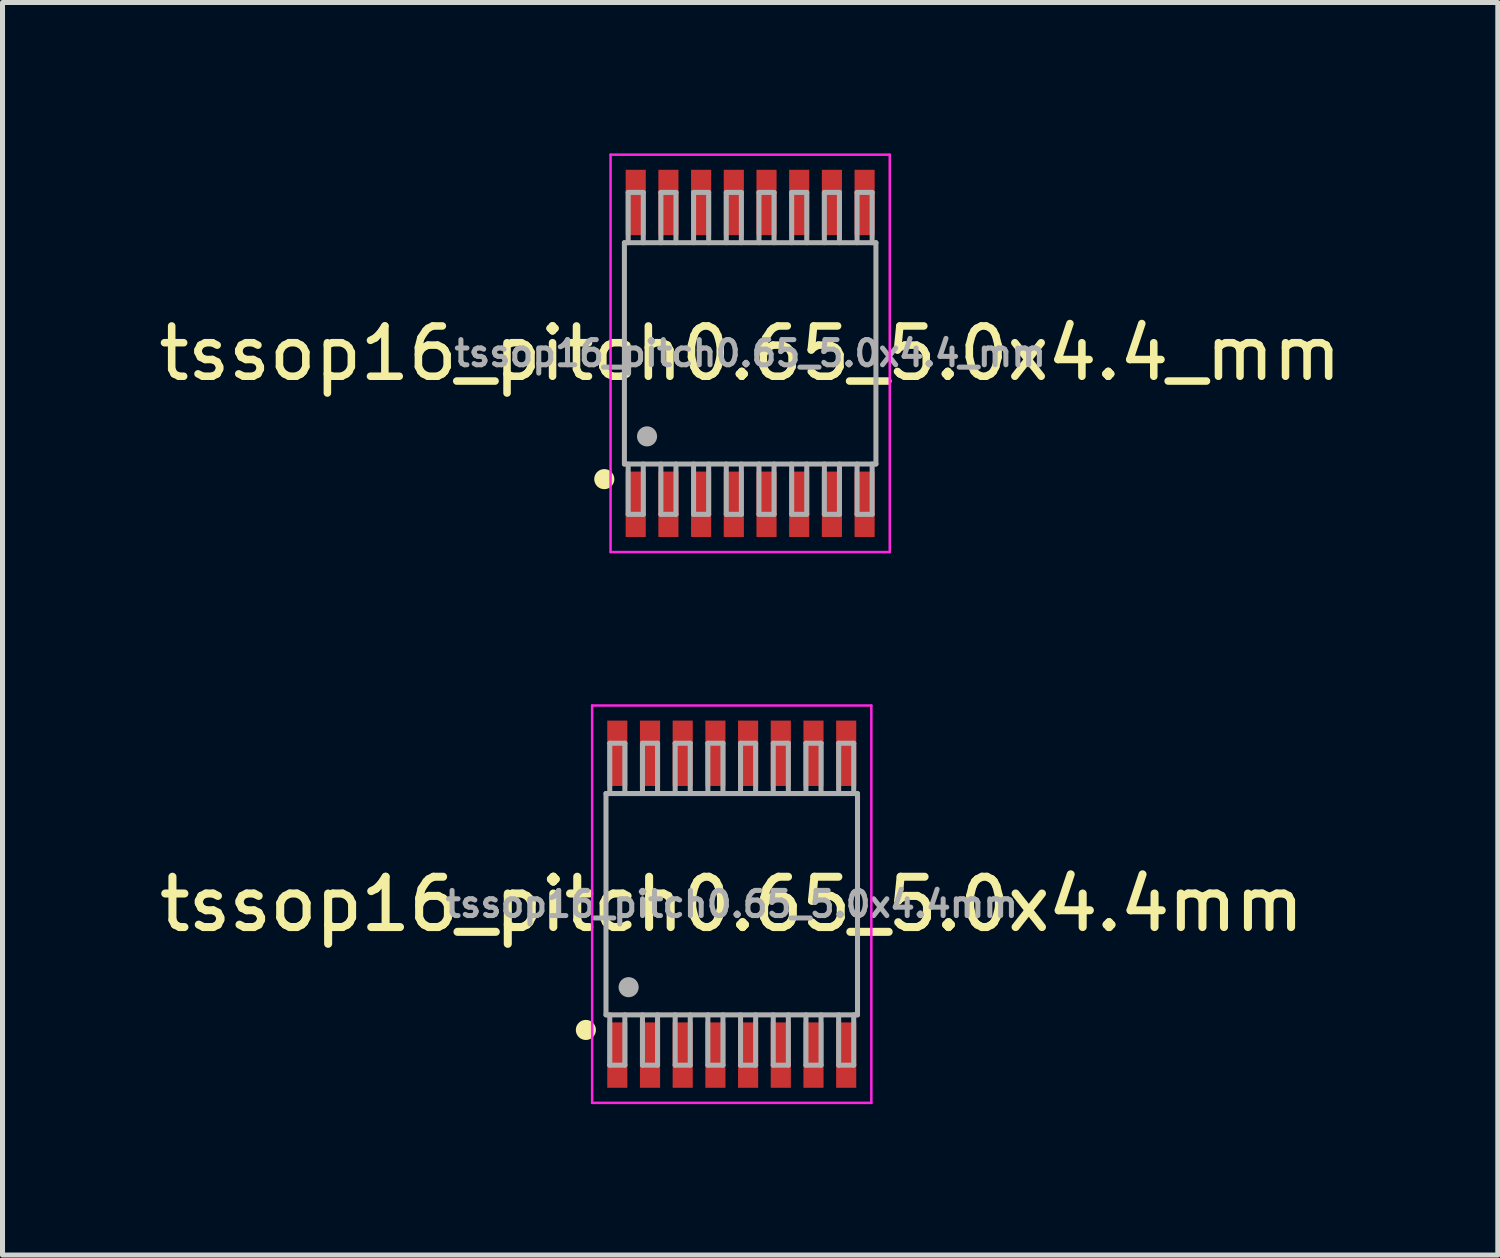
<source format=kicad_pcb>
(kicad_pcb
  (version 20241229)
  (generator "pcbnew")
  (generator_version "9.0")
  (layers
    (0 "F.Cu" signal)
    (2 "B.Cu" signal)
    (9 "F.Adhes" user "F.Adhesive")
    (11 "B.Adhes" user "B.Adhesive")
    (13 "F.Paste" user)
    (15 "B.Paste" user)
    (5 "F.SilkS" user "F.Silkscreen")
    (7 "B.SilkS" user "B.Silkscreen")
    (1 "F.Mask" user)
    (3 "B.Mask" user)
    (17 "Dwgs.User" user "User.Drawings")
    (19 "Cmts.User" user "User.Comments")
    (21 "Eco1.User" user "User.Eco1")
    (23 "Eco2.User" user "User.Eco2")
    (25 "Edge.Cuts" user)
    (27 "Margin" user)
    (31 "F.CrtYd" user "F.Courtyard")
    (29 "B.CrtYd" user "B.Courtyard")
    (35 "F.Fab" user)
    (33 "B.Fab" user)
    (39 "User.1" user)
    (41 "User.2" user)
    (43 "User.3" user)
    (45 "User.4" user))
  (footprint "tssop16_pitch0.65_5.0x4.4mm"
    (layer "F.Cu")
    (at 11.497 14.925)
    (property "Reference" "tssop16_pitch0.65_5.0x4.4mm" (at 0 0 0) (layer "F.SilkS") (effects (font (size 1 1) (thickness 0.16))))
    (attr smd)
    (fp_circle (center -2.9 2.5) (end -2.8 2.5) (stroke (width 0.2) (type solid)) (fill no) (layer "F.SilkS"))
    (fp_line (start -2.775 -3.95) (end -2.775 3.95) (stroke (width 0.05) (type solid)) (layer "F.CrtYd"))
    (fp_line (start -2.775 3.95) (end 2.775 3.95) (stroke (width 0.05) (type solid)) (layer "F.CrtYd"))
    (fp_line (start 2.775 -3.95) (end -2.775 -3.95) (stroke (width 0.05) (type solid)) (layer "F.CrtYd"))
    (fp_line (start 2.775 3.95) (end 2.775 -3.95) (stroke (width 0.05) (type solid)) (layer "F.CrtYd"))
    (fp_line (start -2.5 -2.2) (end 2.5 -2.2) (stroke (width 0.1) (type solid)) (layer "F.Fab"))
    (fp_line (start -2.5 2.2) (end -2.5 -2.2) (stroke (width 0.1) (type solid)) (layer "F.Fab"))
    (fp_line (start -2.425 -3.2) (end -2.425 -2.2) (stroke (width 0.1) (type solid)) (layer "F.Fab"))
    (fp_line (start -2.425 2.2) (end -2.425 3.2) (stroke (width 0.1) (type solid)) (layer "F.Fab"))
    (fp_line (start -2.425 3.2) (end -2.125 3.2) (stroke (width 0.1) (type solid)) (layer "F.Fab"))
    (fp_line (start -2.125 -3.2) (end -2.425 -3.2) (stroke (width 0.1) (type solid)) (layer "F.Fab"))
    (fp_line (start -2.125 -2.2) (end -2.125 -3.2) (stroke (width 0.1) (type solid)) (layer "F.Fab"))
    (fp_line (start -2.125 3.2) (end -2.125 2.2) (stroke (width 0.1) (type solid)) (layer "F.Fab"))
    (fp_line (start -1.775 -3.2) (end -1.775 -2.2) (stroke (width 0.1) (type solid)) (layer "F.Fab"))
    (fp_line (start -1.775 2.2) (end -1.775 3.2) (stroke (width 0.1) (type solid)) (layer "F.Fab"))
    (fp_line (start -1.775 3.2) (end -1.475 3.2) (stroke (width 0.1) (type solid)) (layer "F.Fab"))
    (fp_line (start -1.475 -3.2) (end -1.775 -3.2) (stroke (width 0.1) (type solid)) (layer "F.Fab"))
    (fp_line (start -1.475 -2.2) (end -1.475 -3.2) (stroke (width 0.1) (type solid)) (layer "F.Fab"))
    (fp_line (start -1.475 3.2) (end -1.475 2.2) (stroke (width 0.1) (type solid)) (layer "F.Fab"))
    (fp_line (start -1.125 -3.2) (end -1.125 -2.2) (stroke (width 0.1) (type solid)) (layer "F.Fab"))
    (fp_line (start -1.125 2.2) (end -1.125 3.2) (stroke (width 0.1) (type solid)) (layer "F.Fab"))
    (fp_line (start -1.125 3.2) (end -0.825 3.2) (stroke (width 0.1) (type solid)) (layer "F.Fab"))
    (fp_line (start -0.825 -3.2) (end -1.125 -3.2) (stroke (width 0.1) (type solid)) (layer "F.Fab"))
    (fp_line (start -0.825 -2.2) (end -0.825 -3.2) (stroke (width 0.1) (type solid)) (layer "F.Fab"))
    (fp_line (start -0.825 3.2) (end -0.825 2.2) (stroke (width 0.1) (type solid)) (layer "F.Fab"))
    (fp_line (start -0.475 -3.2) (end -0.475 -2.2) (stroke (width 0.1) (type solid)) (layer "F.Fab"))
    (fp_line (start -0.475 2.2) (end -0.475 3.2) (stroke (width 0.1) (type solid)) (layer "F.Fab"))
    (fp_line (start -0.475 3.2) (end -0.175 3.2) (stroke (width 0.1) (type solid)) (layer "F.Fab"))
    (fp_line (start -0.175 -3.2) (end -0.475 -3.2) (stroke (width 0.1) (type solid)) (layer "F.Fab"))
    (fp_line (start -0.175 -2.2) (end -0.175 -3.2) (stroke (width 0.1) (type solid)) (layer "F.Fab"))
    (fp_line (start -0.175 3.2) (end -0.175 2.2) (stroke (width 0.1) (type solid)) (layer "F.Fab"))
    (fp_line (start 0.175 -3.2) (end 0.175 -2.2) (stroke (width 0.1) (type solid)) (layer "F.Fab"))
    (fp_line (start 0.175 2.2) (end 0.175 3.2) (stroke (width 0.1) (type solid)) (layer "F.Fab"))
    (fp_line (start 0.175 3.2) (end 0.475 3.2) (stroke (width 0.1) (type solid)) (layer "F.Fab"))
    (fp_line (start 0.475 -3.2) (end 0.175 -3.2) (stroke (width 0.1) (type solid)) (layer "F.Fab"))
    (fp_line (start 0.475 -2.2) (end 0.475 -3.2) (stroke (width 0.1) (type solid)) (layer "F.Fab"))
    (fp_line (start 0.475 3.2) (end 0.475 2.2) (stroke (width 0.1) (type solid)) (layer "F.Fab"))
    (fp_line (start 0.825 -3.2) (end 0.825 -2.2) (stroke (width 0.1) (type solid)) (layer "F.Fab"))
    (fp_line (start 0.825 2.2) (end 0.825 3.2) (stroke (width 0.1) (type solid)) (layer "F.Fab"))
    (fp_line (start 0.825 3.2) (end 1.125 3.2) (stroke (width 0.1) (type solid)) (layer "F.Fab"))
    (fp_line (start 1.125 -3.2) (end 0.825 -3.2) (stroke (width 0.1) (type solid)) (layer "F.Fab"))
    (fp_line (start 1.125 -2.2) (end 1.125 -3.2) (stroke (width 0.1) (type solid)) (layer "F.Fab"))
    (fp_line (start 1.125 3.2) (end 1.125 2.2) (stroke (width 0.1) (type solid)) (layer "F.Fab"))
    (fp_line (start 1.475 -3.2) (end 1.475 -2.2) (stroke (width 0.1) (type solid)) (layer "F.Fab"))
    (fp_line (start 1.475 2.2) (end 1.475 3.2) (stroke (width 0.1) (type solid)) (layer "F.Fab"))
    (fp_line (start 1.475 3.2) (end 1.775 3.2) (stroke (width 0.1) (type solid)) (layer "F.Fab"))
    (fp_line (start 1.775 -3.2) (end 1.475 -3.2) (stroke (width 0.1) (type solid)) (layer "F.Fab"))
    (fp_line (start 1.775 -2.2) (end 1.775 -3.2) (stroke (width 0.1) (type solid)) (layer "F.Fab"))
    (fp_line (start 1.775 3.2) (end 1.775 2.2) (stroke (width 0.1) (type solid)) (layer "F.Fab"))
    (fp_line (start 2.125 -3.2) (end 2.125 -2.2) (stroke (width 0.1) (type solid)) (layer "F.Fab"))
    (fp_line (start 2.125 2.2) (end 2.125 3.2) (stroke (width 0.1) (type solid)) (layer "F.Fab"))
    (fp_line (start 2.125 3.2) (end 2.425 3.2) (stroke (width 0.1) (type solid)) (layer "F.Fab"))
    (fp_line (start 2.425 -3.2) (end 2.125 -3.2) (stroke (width 0.1) (type solid)) (layer "F.Fab"))
    (fp_line (start 2.425 -2.2) (end 2.425 -3.2) (stroke (width 0.1) (type solid)) (layer "F.Fab"))
    (fp_line (start 2.425 3.2) (end 2.425 2.2) (stroke (width 0.1) (type solid)) (layer "F.Fab"))
    (fp_line (start 2.5 -2.2) (end 2.5 2.2) (stroke (width 0.1) (type solid)) (layer "F.Fab"))
    (fp_line (start 2.5 2.2) (end -2.5 2.2) (stroke (width 0.1) (type solid)) (layer "F.Fab"))
    (fp_circle (center -2.05 1.65) (end -1.95 1.65) (stroke (width 0.2) (type solid)) (fill no) (layer "F.Fab"))
    (fp_text user "${REFERENCE}" (at 0 0 0) (layer "F.Fab") (effects (font (size 0.5 0.5) (thickness 0.1))))
    (pad "1" smd rect (at -2.275 3) (size 0.4 1.3) (layers "F.Cu" "F.Mask" "F.Paste"))
    (pad "2" smd rect (at -1.625 3) (size 0.4 1.3) (layers "F.Cu" "F.Mask" "F.Paste"))
    (pad "3" smd rect (at -0.975 3) (size 0.4 1.3) (layers "F.Cu" "F.Mask" "F.Paste"))
    (pad "4" smd rect (at -0.325 3) (size 0.4 1.3) (layers "F.Cu" "F.Mask" "F.Paste"))
    (pad "5" smd rect (at 0.325 3) (size 0.4 1.3) (layers "F.Cu" "F.Mask" "F.Paste"))
    (pad "6" smd rect (at 0.975 3) (size 0.4 1.3) (layers "F.Cu" "F.Mask" "F.Paste"))
    (pad "7" smd rect (at 1.625 3) (size 0.4 1.3) (layers "F.Cu" "F.Mask" "F.Paste"))
    (pad "8" smd rect (at 2.275 3) (size 0.4 1.3) (layers "F.Cu" "F.Mask" "F.Paste"))
    (pad "9" smd rect (at 2.275 -3) (size 0.4 1.3) (layers "F.Cu" "F.Mask" "F.Paste"))
    (pad "10" smd rect (at 1.625 -3) (size 0.4 1.3) (layers "F.Cu" "F.Mask" "F.Paste"))
    (pad "11" smd rect (at 0.975 -3) (size 0.4 1.3) (layers "F.Cu" "F.Mask" "F.Paste"))
    (pad "12" smd rect (at 0.325 -3) (size 0.4 1.3) (layers "F.Cu" "F.Mask" "F.Paste"))
    (pad "13" smd rect (at -0.325 -3) (size 0.4 1.3) (layers "F.Cu" "F.Mask" "F.Paste"))
    (pad "14" smd rect (at -0.975 -3) (size 0.4 1.3) (layers "F.Cu" "F.Mask" "F.Paste"))
    (pad "15" smd rect (at -1.625 -3) (size 0.4 1.3) (layers "F.Cu" "F.Mask" "F.Paste"))
    (pad "16" smd rect (at -2.275 -3) (size 0.4 1.3) (layers "F.Cu" "F.Mask" "F.Paste")))
  (footprint "tssop16_pitch0.65_5.0x4.4_mm"
    (layer "F.Cu")
    (at 11.863 3.975)
    (property "Reference" "tssop16_pitch0.65_5.0x4.4_mm" (at 0 0 0) (layer "F.SilkS") (effects (font (size 1 1) (thickness 0.15))))
    (attr smd)
    (fp_circle (center -2.9 2.5) (end -2.8 2.5) (stroke (width 0.2) (type solid)) (fill no) (layer "F.SilkS"))
    (fp_line (start -2.775 -3.95) (end -2.775 3.95) (stroke (width 0.05) (type solid)) (layer "F.CrtYd"))
    (fp_line (start -2.775 3.95) (end 2.775 3.95) (stroke (width 0.05) (type solid)) (layer "F.CrtYd"))
    (fp_line (start 2.775 -3.95) (end -2.775 -3.95) (stroke (width 0.05) (type solid)) (layer "F.CrtYd"))
    (fp_line (start 2.775 3.95) (end 2.775 -3.95) (stroke (width 0.05) (type solid)) (layer "F.CrtYd"))
    (fp_line (start -2.5 -2.2) (end 2.5 -2.2) (stroke (width 0.1) (type solid)) (layer "F.Fab"))
    (fp_line (start -2.5 2.2) (end -2.5 -2.2) (stroke (width 0.1) (type solid)) (layer "F.Fab"))
    (fp_line (start -2.425 -3.2) (end -2.425 -2.2) (stroke (width 0.1) (type solid)) (layer "F.Fab"))
    (fp_line (start -2.425 2.2) (end -2.425 3.2) (stroke (width 0.1) (type solid)) (layer "F.Fab"))
    (fp_line (start -2.425 3.2) (end -2.125 3.2) (stroke (width 0.1) (type solid)) (layer "F.Fab"))
    (fp_line (start -2.125 -3.2) (end -2.425 -3.2) (stroke (width 0.1) (type solid)) (layer "F.Fab"))
    (fp_line (start -2.125 -2.2) (end -2.125 -3.2) (stroke (width 0.1) (type solid)) (layer "F.Fab"))
    (fp_line (start -2.125 3.2) (end -2.125 2.2) (stroke (width 0.1) (type solid)) (layer "F.Fab"))
    (fp_line (start -1.775 -3.2) (end -1.775 -2.2) (stroke (width 0.1) (type solid)) (layer "F.Fab"))
    (fp_line (start -1.775 2.2) (end -1.775 3.2) (stroke (width 0.1) (type solid)) (layer "F.Fab"))
    (fp_line (start -1.775 3.2) (end -1.475 3.2) (stroke (width 0.1) (type solid)) (layer "F.Fab"))
    (fp_line (start -1.475 -3.2) (end -1.775 -3.2) (stroke (width 0.1) (type solid)) (layer "F.Fab"))
    (fp_line (start -1.475 -2.2) (end -1.475 -3.2) (stroke (width 0.1) (type solid)) (layer "F.Fab"))
    (fp_line (start -1.475 3.2) (end -1.475 2.2) (stroke (width 0.1) (type solid)) (layer "F.Fab"))
    (fp_line (start -1.125 -3.2) (end -1.125 -2.2) (stroke (width 0.1) (type solid)) (layer "F.Fab"))
    (fp_line (start -1.125 2.2) (end -1.125 3.2) (stroke (width 0.1) (type solid)) (layer "F.Fab"))
    (fp_line (start -1.125 3.2) (end -0.825 3.2) (stroke (width 0.1) (type solid)) (layer "F.Fab"))
    (fp_line (start -0.825 -3.2) (end -1.125 -3.2) (stroke (width 0.1) (type solid)) (layer "F.Fab"))
    (fp_line (start -0.825 -2.2) (end -0.825 -3.2) (stroke (width 0.1) (type solid)) (layer "F.Fab"))
    (fp_line (start -0.825 3.2) (end -0.825 2.2) (stroke (width 0.1) (type solid)) (layer "F.Fab"))
    (fp_line (start -0.475 -3.2) (end -0.475 -2.2) (stroke (width 0.1) (type solid)) (layer "F.Fab"))
    (fp_line (start -0.475 2.2) (end -0.475 3.2) (stroke (width 0.1) (type solid)) (layer "F.Fab"))
    (fp_line (start -0.475 3.2) (end -0.175 3.2) (stroke (width 0.1) (type solid)) (layer "F.Fab"))
    (fp_line (start -0.175 -3.2) (end -0.475 -3.2) (stroke (width 0.1) (type solid)) (layer "F.Fab"))
    (fp_line (start -0.175 -2.2) (end -0.175 -3.2) (stroke (width 0.1) (type solid)) (layer "F.Fab"))
    (fp_line (start -0.175 3.2) (end -0.175 2.2) (stroke (width 0.1) (type solid)) (layer "F.Fab"))
    (fp_line (start 0.175 -3.2) (end 0.175 -2.2) (stroke (width 0.1) (type solid)) (layer "F.Fab"))
    (fp_line (start 0.175 2.2) (end 0.175 3.2) (stroke (width 0.1) (type solid)) (layer "F.Fab"))
    (fp_line (start 0.175 3.2) (end 0.475 3.2) (stroke (width 0.1) (type solid)) (layer "F.Fab"))
    (fp_line (start 0.475 -3.2) (end 0.175 -3.2) (stroke (width 0.1) (type solid)) (layer "F.Fab"))
    (fp_line (start 0.475 -2.2) (end 0.475 -3.2) (stroke (width 0.1) (type solid)) (layer "F.Fab"))
    (fp_line (start 0.475 3.2) (end 0.475 2.2) (stroke (width 0.1) (type solid)) (layer "F.Fab"))
    (fp_line (start 0.825 -3.2) (end 0.825 -2.2) (stroke (width 0.1) (type solid)) (layer "F.Fab"))
    (fp_line (start 0.825 2.2) (end 0.825 3.2) (stroke (width 0.1) (type solid)) (layer "F.Fab"))
    (fp_line (start 0.825 3.2) (end 1.125 3.2) (stroke (width 0.1) (type solid)) (layer "F.Fab"))
    (fp_line (start 1.125 -3.2) (end 0.825 -3.2) (stroke (width 0.1) (type solid)) (layer "F.Fab"))
    (fp_line (start 1.125 -2.2) (end 1.125 -3.2) (stroke (width 0.1) (type solid)) (layer "F.Fab"))
    (fp_line (start 1.125 3.2) (end 1.125 2.2) (stroke (width 0.1) (type solid)) (layer "F.Fab"))
    (fp_line (start 1.475 -3.2) (end 1.475 -2.2) (stroke (width 0.1) (type solid)) (layer "F.Fab"))
    (fp_line (start 1.475 2.2) (end 1.475 3.2) (stroke (width 0.1) (type solid)) (layer "F.Fab"))
    (fp_line (start 1.475 3.2) (end 1.775 3.2) (stroke (width 0.1) (type solid)) (layer "F.Fab"))
    (fp_line (start 1.775 -3.2) (end 1.475 -3.2) (stroke (width 0.1) (type solid)) (layer "F.Fab"))
    (fp_line (start 1.775 -2.2) (end 1.775 -3.2) (stroke (width 0.1) (type solid)) (layer "F.Fab"))
    (fp_line (start 1.775 3.2) (end 1.775 2.2) (stroke (width 0.1) (type solid)) (layer "F.Fab"))
    (fp_line (start 2.125 -3.2) (end 2.125 -2.2) (stroke (width 0.1) (type solid)) (layer "F.Fab"))
    (fp_line (start 2.125 2.2) (end 2.125 3.2) (stroke (width 0.1) (type solid)) (layer "F.Fab"))
    (fp_line (start 2.125 3.2) (end 2.425 3.2) (stroke (width 0.1) (type solid)) (layer "F.Fab"))
    (fp_line (start 2.425 -3.2) (end 2.125 -3.2) (stroke (width 0.1) (type solid)) (layer "F.Fab"))
    (fp_line (start 2.425 -2.2) (end 2.425 -3.2) (stroke (width 0.1) (type solid)) (layer "F.Fab"))
    (fp_line (start 2.425 3.2) (end 2.425 2.2) (stroke (width 0.1) (type solid)) (layer "F.Fab"))
    (fp_line (start 2.5 -2.2) (end 2.5 2.2) (stroke (width 0.1) (type solid)) (layer "F.Fab"))
    (fp_line (start 2.5 2.2) (end -2.5 2.2) (stroke (width 0.1) (type solid)) (layer "F.Fab"))
    (fp_circle (center -2.05 1.65) (end -1.95 1.65) (stroke (width 0.2) (type solid)) (fill no) (layer "F.Fab"))
    (fp_text user "${REFERENCE}" (at 0 0 0) (layer "F.Fab") (effects (font (size 0.5 0.5) (thickness 0.1))))
    (pad "1" smd rect (at -2.275 3) (size 0.4 1.3) (layers "F.Cu" "F.Mask" "F.Paste"))
    (pad "2" smd rect (at -1.625 3) (size 0.4 1.3) (layers "F.Cu" "F.Mask" "F.Paste"))
    (pad "3" smd rect (at -0.975 3) (size 0.4 1.3) (layers "F.Cu" "F.Mask" "F.Paste"))
    (pad "4" smd rect (at -0.325 3) (size 0.4 1.3) (layers "F.Cu" "F.Mask" "F.Paste"))
    (pad "5" smd rect (at 0.325 3) (size 0.4 1.3) (layers "F.Cu" "F.Mask" "F.Paste"))
    (pad "6" smd rect (at 0.975 3) (size 0.4 1.3) (layers "F.Cu" "F.Mask" "F.Paste"))
    (pad "7" smd rect (at 1.625 3) (size 0.4 1.3) (layers "F.Cu" "F.Mask" "F.Paste"))
    (pad "8" smd rect (at 2.275 3) (size 0.4 1.3) (layers "F.Cu" "F.Mask" "F.Paste"))
    (pad "9" smd rect (at 2.275 -3) (size 0.4 1.3) (layers "F.Cu" "F.Mask" "F.Paste"))
    (pad "10" smd rect (at 1.625 -3) (size 0.4 1.3) (layers "F.Cu" "F.Mask" "F.Paste"))
    (pad "11" smd rect (at 0.975 -3) (size 0.4 1.3) (layers "F.Cu" "F.Mask" "F.Paste"))
    (pad "12" smd rect (at 0.325 -3) (size 0.4 1.3) (layers "F.Cu" "F.Mask" "F.Paste"))
    (pad "13" smd rect (at -0.325 -3) (size 0.4 1.3) (layers "F.Cu" "F.Mask" "F.Paste"))
    (pad "14" smd rect (at -0.975 -3) (size 0.4 1.3) (layers "F.Cu" "F.Mask" "F.Paste"))
    (pad "15" smd rect (at -1.625 -3) (size 0.4 1.3) (layers "F.Cu" "F.Mask" "F.Paste"))
    (pad "16" smd rect (at -2.275 -3) (size 0.4 1.3) (layers "F.Cu" "F.Mask" "F.Paste")))
  (gr_rect
    (start -3 -3)
    (end 26.726 21.9)
    (stroke (width 0.1) (type default))
    (fill no)
    (layer "Edge.Cuts")))
</source>
